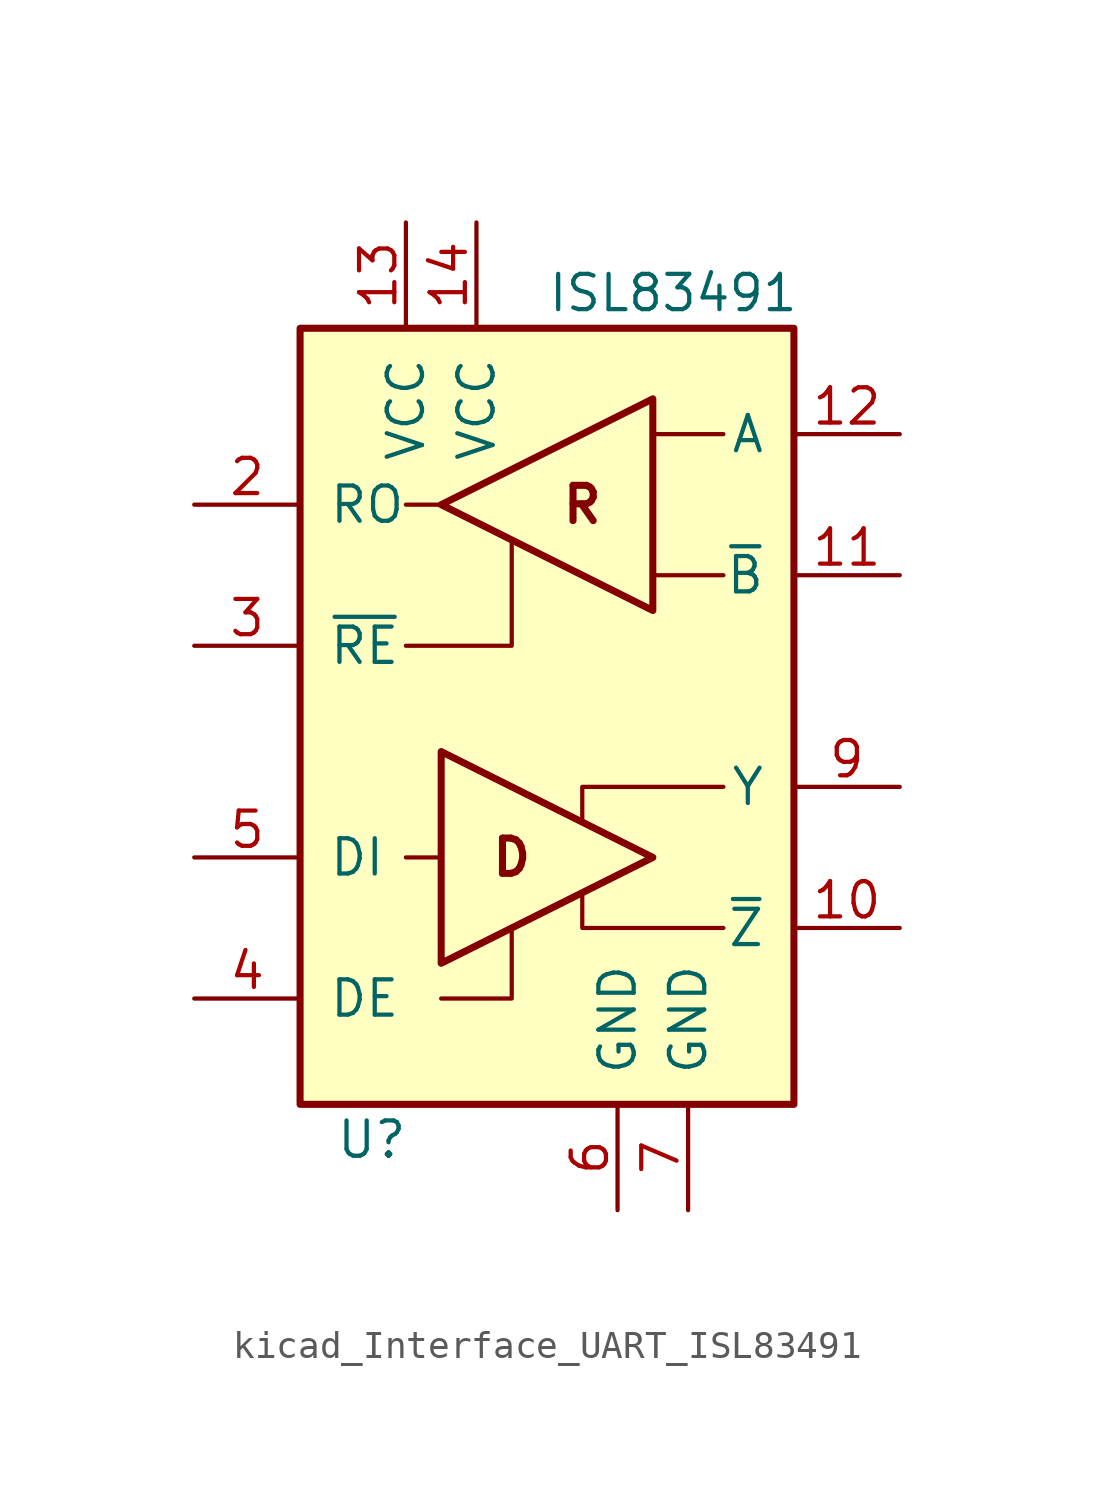
<source format=kicad_sym>
(kicad_symbol_lib
  (version 20220914)
  (generator kicad_symbol_editor)
  (symbol "kicad_Interface_UART_ISL83491"
    (pin_names
      (offset 1.016))
    (property "Reference" "U"
      (at -7.62 -15.24 0)
      (effects (font (size 1.27 1.27)) (justify left)))
    (property "Value" "ISL83491"
      (at 0 15.24 0)
      (effects (font (size 1.27 1.27)) (justify left)))
    (symbol "kicad_Interface_UART_ISL83491_0_0"
      (text "D" (at -1.27 -5.08 0) (effects (font (size 1.27 1.27) bold)))
      (text "R" (at 1.27 7.62 0) (effects (font (size 1.27 1.27) bold))))
    (symbol "kicad_Interface_UART_ISL83491_0_1"
      (rectangle (start -8.89 13.97) (end 8.89 -13.97) (stroke (width 0.254) (type default)) (fill (type background)))
      (polyline (pts (xy -5.08 -5.08) (xy -3.81 -5.08)) (stroke (width 0) (type default)) (fill (type none)))
      (polyline (pts (xy -3.81 7.62) (xy -5.08 7.62)) (stroke (width 0) (type default)) (fill (type none)))
      (polyline (pts (xy 6.35 5.08) (xy 3.81 5.08) (xy 3.81 5.08)) (stroke (width 0) (type default)) (fill (type none)))
      (polyline (pts (xy 6.35 10.16) (xy 3.81 10.16) (xy 3.81 10.16)) (stroke (width 0) (type default)) (fill (type none)))
      (polyline (pts (xy -3.81 -10.16) (xy -1.27 -10.16) (xy -1.27 -7.62) (xy -1.27 -7.62)) (stroke (width 0) (type default)) (fill (type none)))
      (polyline (pts (xy -1.27 6.35) (xy -1.27 2.54) (xy -2.54 2.54) (xy -5.08 2.54)) (stroke (width 0) (type default)) (fill (type none)))
      (polyline (pts (xy 6.35 -7.62) (xy 1.27 -7.62) (xy 1.27 -6.35) (xy 1.27 -6.35)) (stroke (width 0) (type default)) (fill (type none)))
      (polyline (pts (xy 6.35 -2.54) (xy 1.27 -2.54) (xy 1.27 -3.81) (xy 1.27 -3.81)) (stroke (width 0) (type default)) (fill (type none)))
      (polyline (pts (xy -3.81 -1.27) (xy -3.81 -8.89) (xy 3.81 -5.08) (xy -3.81 -1.27) (xy -3.81 -1.27)) (stroke (width 0.254) (type default)) (fill (type none)))
      (polyline (pts (xy 3.81 11.43) (xy 3.81 3.81) (xy -3.81 7.62) (xy 3.81 11.43) (xy 3.81 11.43)) (stroke (width 0.254) (type default)) (fill (type none))))
    (symbol "kicad_Interface_UART_ISL83491_1_1"
      (pin output line (at 12.7 -7.62 180) (length 3.81) (name "~{Z}" (effects (font (size 1.27 1.27)))) (number "10" (effects (font (size 1.27 1.27)))))
      (pin input line (at 12.7 5.08 180) (length 3.81) (name "~{B}" (effects (font (size 1.27 1.27)))) (number "11" (effects (font (size 1.27 1.27)))))
      (pin input line (at 12.7 10.16 180) (length 3.81) (name "A" (effects (font (size 1.27 1.27)))) (number "12" (effects (font (size 1.27 1.27)))))
      (pin power_in line (at -5.08 17.78 270) (length 3.81) (name "VCC" (effects (font (size 1.27 1.27)))) (number "13" (effects (font (size 1.27 1.27)))))
      (pin power_in line (at -2.54 17.78 270) (length 3.81) (name "VCC" (effects (font (size 1.27 1.27)))) (number "14" (effects (font (size 1.27 1.27)))))
      (pin output line (at -12.7 7.62 0) (length 3.81) (name "RO" (effects (font (size 1.27 1.27)))) (number "2" (effects (font (size 1.27 1.27)))))
      (pin input line (at -12.7 2.54 0) (length 3.81) (name "~{RE}" (effects (font (size 1.27 1.27)))) (number "3" (effects (font (size 1.27 1.27)))))
      (pin input line (at -12.7 -10.16 0) (length 3.81) (name "DE" (effects (font (size 1.27 1.27)))) (number "4" (effects (font (size 1.27 1.27)))))
      (pin input line (at -12.7 -5.08 0) (length 3.81) (name "DI" (effects (font (size 1.27 1.27)))) (number "5" (effects (font (size 1.27 1.27)))))
      (pin power_in line (at 2.54 -17.78 90) (length 3.81) (name "GND" (effects (font (size 1.27 1.27)))) (number "6" (effects (font (size 1.27 1.27)))))
      (pin power_in line (at 5.08 -17.78 90) (length 3.81) (name "GND" (effects (font (size 1.27 1.27)))) (number "7" (effects (font (size 1.27 1.27)))))
      (pin output line (at 12.7 -2.54 180) (length 3.81) (name "Y" (effects (font (size 1.27 1.27)))) (number "9" (effects (font (size 1.27 1.27))))))))
</source>
